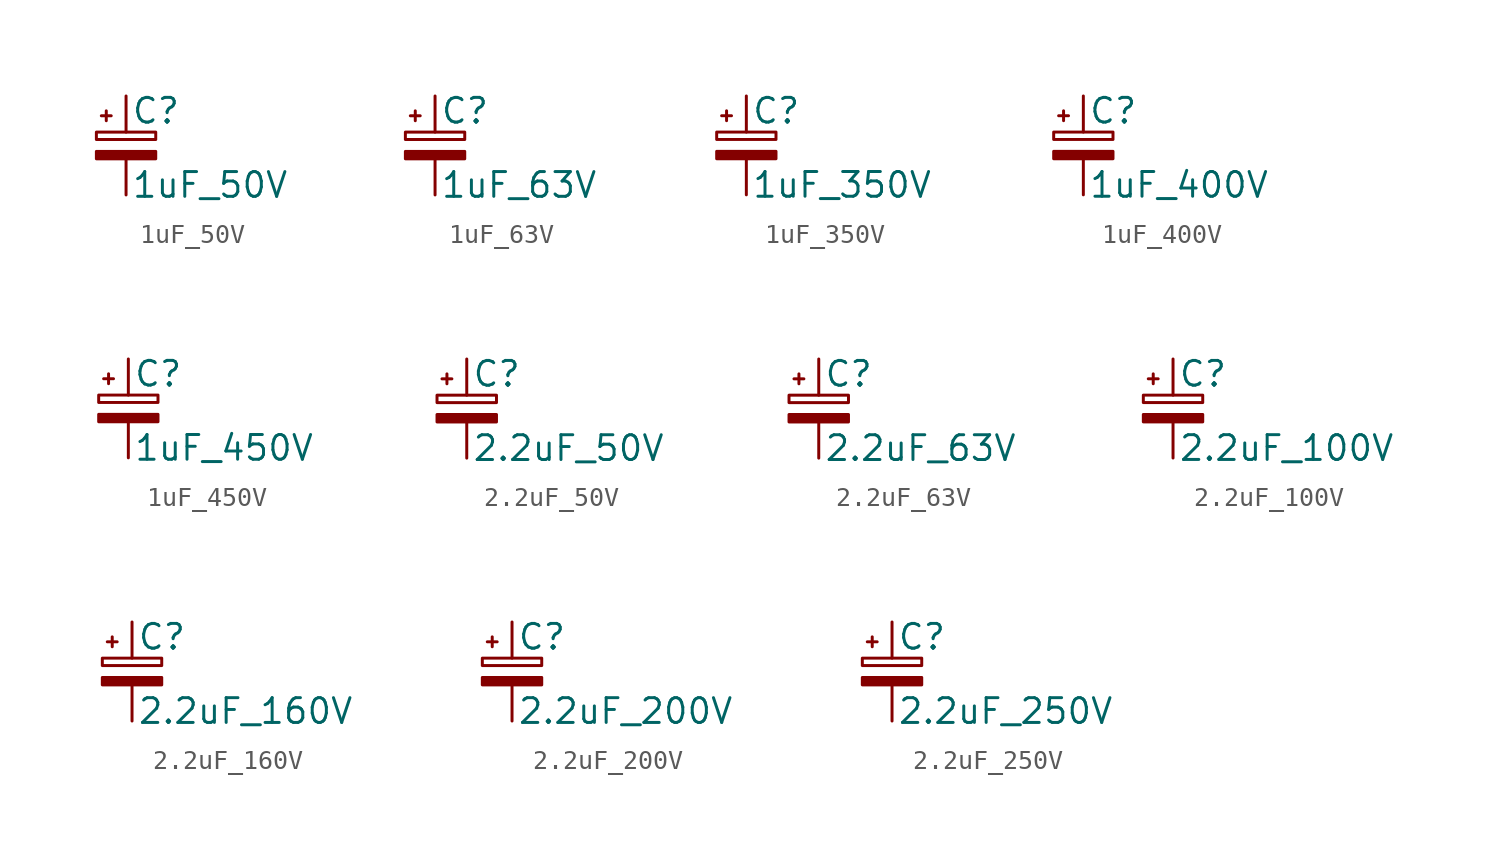
<source format=kicad_sym>
(kicad_symbol_lib
  (version 20211014)
  (generator kicad_symbol_editor)
  (symbol "1uF_50V"
    (pin_numbers hide)
    (pin_names
      (offset 0.254) hide)
    (property "Reference" "C"
      (at 0.254 1.778 0)
      (effects (font (size 1.27 1.27)) (justify left)))
    (property "Value" "1uF_50V"
      (at 0.254 -2.032 0)
      (effects (font (size 1.27 1.27)) (justify left)))
    (symbol "1uF_50V_0_1"
      (rectangle (start -1.524 -0.305) (end 1.524 -0.686) (stroke (width 0) (type default) (color 0 0 0 0)) (fill (type outline)))
      (rectangle (start -1.524 0.686) (end 1.524 0.305) (stroke (width 0) (type default) (color 0 0 0 0)) (fill (type none)))
      (polyline (pts (xy -1.27 1.524) (xy -0.762 1.524)) (stroke (width 0) (type default) (color 0 0 0 0)) (fill (type none)))
      (polyline (pts (xy -1.016 1.27) (xy -1.016 1.778)) (stroke (width 0) (type default) (color 0 0 0 0)) (fill (type none))))
    (symbol "1uF_50V_1_1"
      (pin passive line (at 0 2.54 270) (length 1.854) (name "~" (effects (font (size 1.27 1.27)))) (number "1" (effects (font (size 1.27 1.27)))))
      (pin passive line (at 0 -2.54 90) (length 1.854) (name "~" (effects (font (size 1.27 1.27)))) (number "2" (effects (font (size 1.27 1.27)))))))
  (symbol "1uF_63V"
    (pin_numbers hide)
    (pin_names
      (offset 0.254) hide)
    (property "Reference" "C"
      (at 0.254 1.778 0)
      (effects (font (size 1.27 1.27)) (justify left)))
    (property "Value" "1uF_63V"
      (at 0.254 -2.032 0)
      (effects (font (size 1.27 1.27)) (justify left)))
    (symbol "1uF_63V_0_1"
      (rectangle (start -1.524 -0.305) (end 1.524 -0.686) (stroke (width 0) (type default) (color 0 0 0 0)) (fill (type outline)))
      (rectangle (start -1.524 0.686) (end 1.524 0.305) (stroke (width 0) (type default) (color 0 0 0 0)) (fill (type none)))
      (polyline (pts (xy -1.27 1.524) (xy -0.762 1.524)) (stroke (width 0) (type default) (color 0 0 0 0)) (fill (type none)))
      (polyline (pts (xy -1.016 1.27) (xy -1.016 1.778)) (stroke (width 0) (type default) (color 0 0 0 0)) (fill (type none))))
    (symbol "1uF_63V_1_1"
      (pin passive line (at 0 2.54 270) (length 1.854) (name "~" (effects (font (size 1.27 1.27)))) (number "1" (effects (font (size 1.27 1.27)))))
      (pin passive line (at 0 -2.54 90) (length 1.854) (name "~" (effects (font (size 1.27 1.27)))) (number "2" (effects (font (size 1.27 1.27)))))))
  (symbol "1uF_350V"
    (pin_numbers hide)
    (pin_names
      (offset 0.254) hide)
    (property "Reference" "C"
      (at 0.254 1.778 0)
      (effects (font (size 1.27 1.27)) (justify left)))
    (property "Value" "1uF_350V"
      (at 0.254 -2.032 0)
      (effects (font (size 1.27 1.27)) (justify left)))
    (symbol "1uF_350V_0_1"
      (rectangle (start -1.524 -0.305) (end 1.524 -0.686) (stroke (width 0) (type default) (color 0 0 0 0)) (fill (type outline)))
      (rectangle (start -1.524 0.686) (end 1.524 0.305) (stroke (width 0) (type default) (color 0 0 0 0)) (fill (type none)))
      (polyline (pts (xy -1.27 1.524) (xy -0.762 1.524)) (stroke (width 0) (type default) (color 0 0 0 0)) (fill (type none)))
      (polyline (pts (xy -1.016 1.27) (xy -1.016 1.778)) (stroke (width 0) (type default) (color 0 0 0 0)) (fill (type none))))
    (symbol "1uF_350V_1_1"
      (pin passive line (at 0 2.54 270) (length 1.854) (name "~" (effects (font (size 1.27 1.27)))) (number "1" (effects (font (size 1.27 1.27)))))
      (pin passive line (at 0 -2.54 90) (length 1.854) (name "~" (effects (font (size 1.27 1.27)))) (number "2" (effects (font (size 1.27 1.27)))))))
  (symbol "1uF_400V"
    (pin_numbers hide)
    (pin_names
      (offset 0.254) hide)
    (property "Reference" "C"
      (at 0.254 1.778 0)
      (effects (font (size 1.27 1.27)) (justify left)))
    (property "Value" "1uF_400V"
      (at 0.254 -2.032 0)
      (effects (font (size 1.27 1.27)) (justify left)))
    (symbol "1uF_400V_0_1"
      (rectangle (start -1.524 -0.305) (end 1.524 -0.686) (stroke (width 0) (type default) (color 0 0 0 0)) (fill (type outline)))
      (rectangle (start -1.524 0.686) (end 1.524 0.305) (stroke (width 0) (type default) (color 0 0 0 0)) (fill (type none)))
      (polyline (pts (xy -1.27 1.524) (xy -0.762 1.524)) (stroke (width 0) (type default) (color 0 0 0 0)) (fill (type none)))
      (polyline (pts (xy -1.016 1.27) (xy -1.016 1.778)) (stroke (width 0) (type default) (color 0 0 0 0)) (fill (type none))))
    (symbol "1uF_400V_1_1"
      (pin passive line (at 0 2.54 270) (length 1.854) (name "~" (effects (font (size 1.27 1.27)))) (number "1" (effects (font (size 1.27 1.27)))))
      (pin passive line (at 0 -2.54 90) (length 1.854) (name "~" (effects (font (size 1.27 1.27)))) (number "2" (effects (font (size 1.27 1.27)))))))
  (symbol "1uF_450V"
    (pin_numbers hide)
    (pin_names
      (offset 0.254) hide)
    (property "Reference" "C"
      (at 0.254 1.778 0)
      (effects (font (size 1.27 1.27)) (justify left)))
    (property "Value" "1uF_450V"
      (at 0.254 -2.032 0)
      (effects (font (size 1.27 1.27)) (justify left)))
    (symbol "1uF_450V_0_1"
      (rectangle (start -1.524 -0.305) (end 1.524 -0.686) (stroke (width 0) (type default) (color 0 0 0 0)) (fill (type outline)))
      (rectangle (start -1.524 0.686) (end 1.524 0.305) (stroke (width 0) (type default) (color 0 0 0 0)) (fill (type none)))
      (polyline (pts (xy -1.27 1.524) (xy -0.762 1.524)) (stroke (width 0) (type default) (color 0 0 0 0)) (fill (type none)))
      (polyline (pts (xy -1.016 1.27) (xy -1.016 1.778)) (stroke (width 0) (type default) (color 0 0 0 0)) (fill (type none))))
    (symbol "1uF_450V_1_1"
      (pin passive line (at 0 2.54 270) (length 1.854) (name "~" (effects (font (size 1.27 1.27)))) (number "1" (effects (font (size 1.27 1.27)))))
      (pin passive line (at 0 -2.54 90) (length 1.854) (name "~" (effects (font (size 1.27 1.27)))) (number "2" (effects (font (size 1.27 1.27)))))))
  (symbol "2.2uF_50V"
    (pin_numbers hide)
    (pin_names
      (offset 0.254) hide)
    (property "Reference" "C"
      (at 0.254 1.778 0)
      (effects (font (size 1.27 1.27)) (justify left)))
    (property "Value" "2.2uF_50V"
      (at 0.254 -2.032 0)
      (effects (font (size 1.27 1.27)) (justify left)))
    (symbol "2.2uF_50V_0_1"
      (rectangle (start -1.524 -0.305) (end 1.524 -0.686) (stroke (width 0) (type default) (color 0 0 0 0)) (fill (type outline)))
      (rectangle (start -1.524 0.686) (end 1.524 0.305) (stroke (width 0) (type default) (color 0 0 0 0)) (fill (type none)))
      (polyline (pts (xy -1.27 1.524) (xy -0.762 1.524)) (stroke (width 0) (type default) (color 0 0 0 0)) (fill (type none)))
      (polyline (pts (xy -1.016 1.27) (xy -1.016 1.778)) (stroke (width 0) (type default) (color 0 0 0 0)) (fill (type none))))
    (symbol "2.2uF_50V_1_1"
      (pin passive line (at 0 2.54 270) (length 1.854) (name "~" (effects (font (size 1.27 1.27)))) (number "1" (effects (font (size 1.27 1.27)))))
      (pin passive line (at 0 -2.54 90) (length 1.854) (name "~" (effects (font (size 1.27 1.27)))) (number "2" (effects (font (size 1.27 1.27)))))))
  (symbol "2.2uF_63V"
    (pin_numbers hide)
    (pin_names
      (offset 0.254) hide)
    (property "Reference" "C"
      (at 0.254 1.778 0)
      (effects (font (size 1.27 1.27)) (justify left)))
    (property "Value" "2.2uF_63V"
      (at 0.254 -2.032 0)
      (effects (font (size 1.27 1.27)) (justify left)))
    (symbol "2.2uF_63V_0_1"
      (rectangle (start -1.524 -0.305) (end 1.524 -0.686) (stroke (width 0) (type default) (color 0 0 0 0)) (fill (type outline)))
      (rectangle (start -1.524 0.686) (end 1.524 0.305) (stroke (width 0) (type default) (color 0 0 0 0)) (fill (type none)))
      (polyline (pts (xy -1.27 1.524) (xy -0.762 1.524)) (stroke (width 0) (type default) (color 0 0 0 0)) (fill (type none)))
      (polyline (pts (xy -1.016 1.27) (xy -1.016 1.778)) (stroke (width 0) (type default) (color 0 0 0 0)) (fill (type none))))
    (symbol "2.2uF_63V_1_1"
      (pin passive line (at 0 2.54 270) (length 1.854) (name "~" (effects (font (size 1.27 1.27)))) (number "1" (effects (font (size 1.27 1.27)))))
      (pin passive line (at 0 -2.54 90) (length 1.854) (name "~" (effects (font (size 1.27 1.27)))) (number "2" (effects (font (size 1.27 1.27)))))))
  (symbol "2.2uF_100V"
    (pin_numbers hide)
    (pin_names
      (offset 0.254) hide)
    (property "Reference" "C"
      (at 0.254 1.778 0)
      (effects (font (size 1.27 1.27)) (justify left)))
    (property "Value" "2.2uF_100V"
      (at 0.254 -2.032 0)
      (effects (font (size 1.27 1.27)) (justify left)))
    (symbol "2.2uF_100V_0_1"
      (rectangle (start -1.524 -0.305) (end 1.524 -0.686) (stroke (width 0) (type default) (color 0 0 0 0)) (fill (type outline)))
      (rectangle (start -1.524 0.686) (end 1.524 0.305) (stroke (width 0) (type default) (color 0 0 0 0)) (fill (type none)))
      (polyline (pts (xy -1.27 1.524) (xy -0.762 1.524)) (stroke (width 0) (type default) (color 0 0 0 0)) (fill (type none)))
      (polyline (pts (xy -1.016 1.27) (xy -1.016 1.778)) (stroke (width 0) (type default) (color 0 0 0 0)) (fill (type none))))
    (symbol "2.2uF_100V_1_1"
      (pin passive line (at 0 2.54 270) (length 1.854) (name "~" (effects (font (size 1.27 1.27)))) (number "1" (effects (font (size 1.27 1.27)))))
      (pin passive line (at 0 -2.54 90) (length 1.854) (name "~" (effects (font (size 1.27 1.27)))) (number "2" (effects (font (size 1.27 1.27)))))))
  (symbol "2.2uF_160V"
    (pin_numbers hide)
    (pin_names
      (offset 0.254) hide)
    (property "Reference" "C"
      (at 0.254 1.778 0)
      (effects (font (size 1.27 1.27)) (justify left)))
    (property "Value" "2.2uF_160V"
      (at 0.254 -2.032 0)
      (effects (font (size 1.27 1.27)) (justify left)))
    (symbol "2.2uF_160V_0_1"
      (rectangle (start -1.524 -0.305) (end 1.524 -0.686) (stroke (width 0) (type default) (color 0 0 0 0)) (fill (type outline)))
      (rectangle (start -1.524 0.686) (end 1.524 0.305) (stroke (width 0) (type default) (color 0 0 0 0)) (fill (type none)))
      (polyline (pts (xy -1.27 1.524) (xy -0.762 1.524)) (stroke (width 0) (type default) (color 0 0 0 0)) (fill (type none)))
      (polyline (pts (xy -1.016 1.27) (xy -1.016 1.778)) (stroke (width 0) (type default) (color 0 0 0 0)) (fill (type none))))
    (symbol "2.2uF_160V_1_1"
      (pin passive line (at 0 2.54 270) (length 1.854) (name "~" (effects (font (size 1.27 1.27)))) (number "1" (effects (font (size 1.27 1.27)))))
      (pin passive line (at 0 -2.54 90) (length 1.854) (name "~" (effects (font (size 1.27 1.27)))) (number "2" (effects (font (size 1.27 1.27)))))))
  (symbol "2.2uF_200V"
    (pin_numbers hide)
    (pin_names
      (offset 0.254) hide)
    (property "Reference" "C"
      (at 0.254 1.778 0)
      (effects (font (size 1.27 1.27)) (justify left)))
    (property "Value" "2.2uF_200V"
      (at 0.254 -2.032 0)
      (effects (font (size 1.27 1.27)) (justify left)))
    (symbol "2.2uF_200V_0_1"
      (rectangle (start -1.524 -0.305) (end 1.524 -0.686) (stroke (width 0) (type default) (color 0 0 0 0)) (fill (type outline)))
      (rectangle (start -1.524 0.686) (end 1.524 0.305) (stroke (width 0) (type default) (color 0 0 0 0)) (fill (type none)))
      (polyline (pts (xy -1.27 1.524) (xy -0.762 1.524)) (stroke (width 0) (type default) (color 0 0 0 0)) (fill (type none)))
      (polyline (pts (xy -1.016 1.27) (xy -1.016 1.778)) (stroke (width 0) (type default) (color 0 0 0 0)) (fill (type none))))
    (symbol "2.2uF_200V_1_1"
      (pin passive line (at 0 2.54 270) (length 1.854) (name "~" (effects (font (size 1.27 1.27)))) (number "1" (effects (font (size 1.27 1.27)))))
      (pin passive line (at 0 -2.54 90) (length 1.854) (name "~" (effects (font (size 1.27 1.27)))) (number "2" (effects (font (size 1.27 1.27)))))))
  (symbol "2.2uF_250V"
    (pin_numbers hide)
    (pin_names
      (offset 0.254) hide)
    (property "Reference" "C"
      (at 0.254 1.778 0)
      (effects (font (size 1.27 1.27)) (justify left)))
    (property "Value" "2.2uF_250V"
      (at 0.254 -2.032 0)
      (effects (font (size 1.27 1.27)) (justify left)))
    (symbol "2.2uF_250V_0_1"
      (rectangle (start -1.524 -0.305) (end 1.524 -0.686) (stroke (width 0) (type default) (color 0 0 0 0)) (fill (type outline)))
      (rectangle (start -1.524 0.686) (end 1.524 0.305) (stroke (width 0) (type default) (color 0 0 0 0)) (fill (type none)))
      (polyline (pts (xy -1.27 1.524) (xy -0.762 1.524)) (stroke (width 0) (type default) (color 0 0 0 0)) (fill (type none)))
      (polyline (pts (xy -1.016 1.27) (xy -1.016 1.778)) (stroke (width 0) (type default) (color 0 0 0 0)) (fill (type none))))
    (symbol "2.2uF_250V_1_1"
      (pin passive line (at 0 2.54 270) (length 1.854) (name "~" (effects (font (size 1.27 1.27)))) (number "1" (effects (font (size 1.27 1.27)))))
      (pin passive line (at 0 -2.54 90) (length 1.854) (name "~" (effects (font (size 1.27 1.27)))) (number "2" (effects (font (size 1.27 1.27))))))))
</source>
